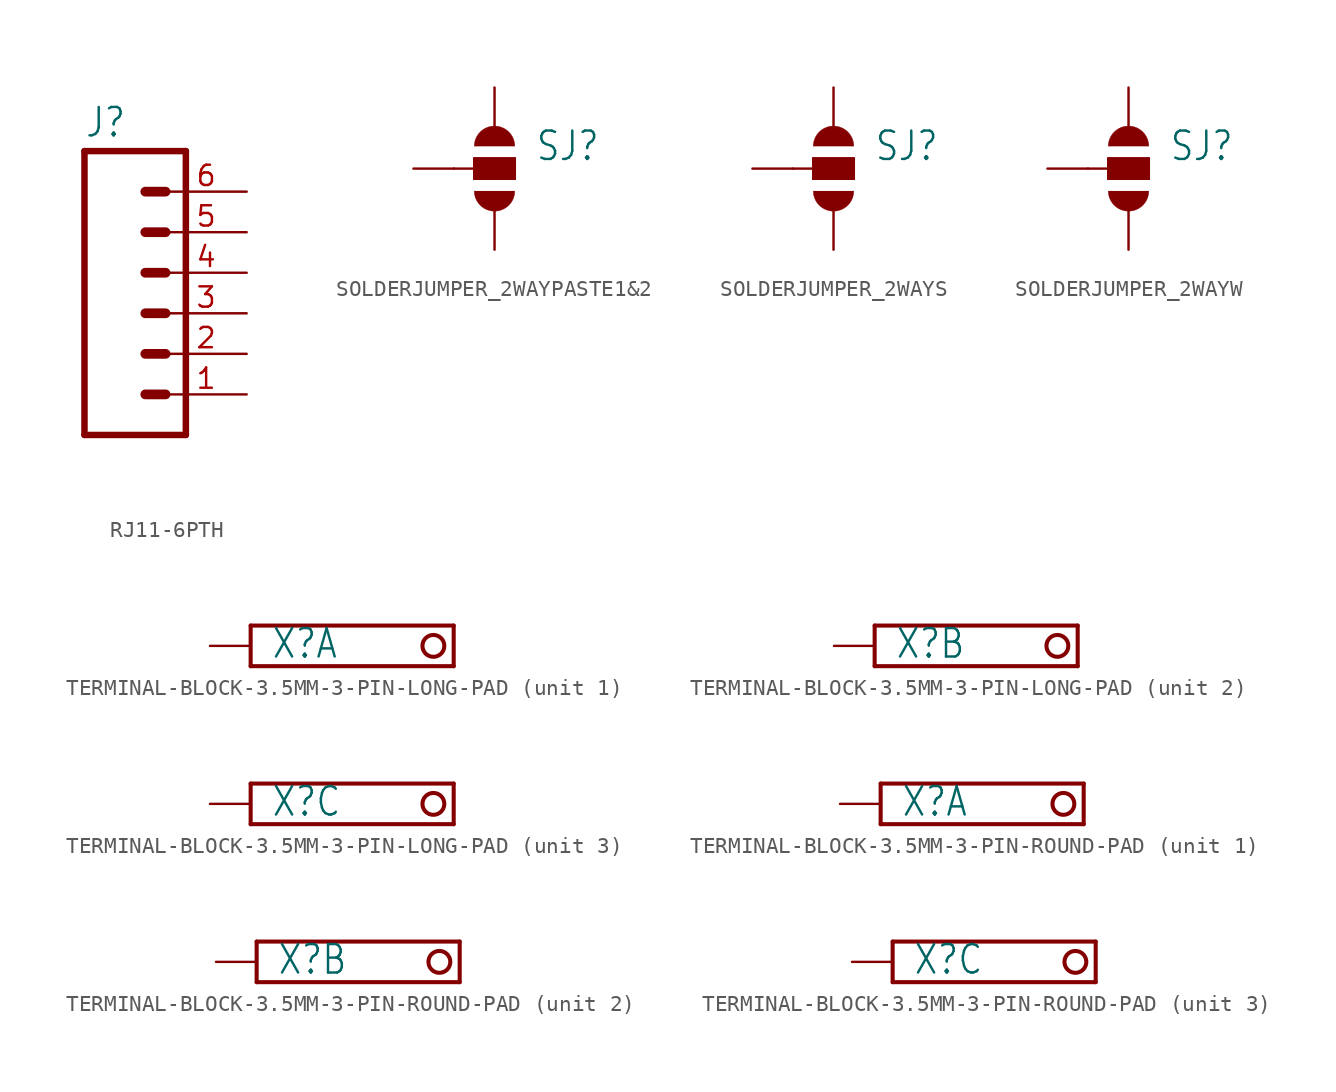
<source format=kicad_sym>
(kicad_symbol_lib
  (version 20231120)
  (generator "kicad_symbol_editor")
  (generator_version "8.0")
  (symbol "RJ11-6PTH"
    (property "Reference" "J"
      (at -5.08 10.922 0)
      (effects (font (size 1.778 1.511)) (justify left bottom)))
    (property "Value" ""
      (at -5.08 -10.16 0)
      (effects (font (size 1.778 1.511)) (justify left bottom)))
    (property "ki_locked" ""
      (at 0 0 0)
      (effects (font (size 1.27 1.27))))
    (symbol "RJ11-6PTH_1_0"
      (polyline (pts (xy -5.08 10.16) (xy -5.08 -7.62)) (stroke (width 0.406) (type solid)) (fill (type none)))
      (polyline (pts (xy -5.08 10.16) (xy 1.27 10.16)) (stroke (width 0.406) (type solid)) (fill (type none)))
      (polyline (pts (xy -1.27 -5.08) (xy 0 -5.08)) (stroke (width 0.61) (type solid)) (fill (type none)))
      (polyline (pts (xy -1.27 -2.54) (xy 0 -2.54)) (stroke (width 0.61) (type solid)) (fill (type none)))
      (polyline (pts (xy -1.27 0) (xy 0 0)) (stroke (width 0.61) (type solid)) (fill (type none)))
      (polyline (pts (xy -1.27 2.54) (xy 0 2.54)) (stroke (width 0.61) (type solid)) (fill (type none)))
      (polyline (pts (xy -1.27 5.08) (xy 0 5.08)) (stroke (width 0.61) (type solid)) (fill (type none)))
      (polyline (pts (xy -1.27 7.62) (xy 0 7.62)) (stroke (width 0.61) (type solid)) (fill (type none)))
      (polyline (pts (xy 1.27 -7.62) (xy -5.08 -7.62)) (stroke (width 0.406) (type solid)) (fill (type none)))
      (polyline (pts (xy 1.27 -7.62) (xy 1.27 10.16)) (stroke (width 0.406) (type solid)) (fill (type none)))
      (pin passive line (at 5.08 -5.08 180) (length 5.08) (name "1" (effects (font (size 0 0)))) (number "1" (effects (font (size 1.27 1.27)))))
      (pin passive line (at 5.08 -2.54 180) (length 5.08) (name "2" (effects (font (size 0 0)))) (number "2" (effects (font (size 1.27 1.27)))))
      (pin passive line (at 5.08 0 180) (length 5.08) (name "3" (effects (font (size 0 0)))) (number "3" (effects (font (size 1.27 1.27)))))
      (pin passive line (at 5.08 2.54 180) (length 5.08) (name "4" (effects (font (size 0 0)))) (number "4" (effects (font (size 1.27 1.27)))))
      (pin passive line (at 5.08 5.08 180) (length 5.08) (name "5" (effects (font (size 0 0)))) (number "5" (effects (font (size 1.27 1.27)))))
      (pin passive line (at 5.08 7.62 180) (length 5.08) (name "6" (effects (font (size 0 0)))) (number "6" (effects (font (size 1.27 1.27)))))))
  (symbol "SOLDERJUMPER_2WAYPASTE1&2"
    (property "Reference" "SJ"
      (at 2.54 0.381 0)
      (effects (font (size 1.778 1.511)) (justify left bottom)))
    (property "Value" ""
      (at 2.54 -1.905 0)
      (effects (font (size 1.778 1.511)) (justify left bottom)))
    (property "ki_locked" ""
      (at 0 0 0)
      (effects (font (size 1.27 1.27))))
    (symbol "SOLDERJUMPER_2WAYPASTE1&2_1_0"
      (arc (start -1.27 -1.397) (mid 0 -2.667) (end 1.27 -1.397) (stroke (width 0.0001) (type solid)) (fill (type outline)))
      (rectangle (start -1.27 -0.635) (end 1.27 0.635) (stroke (width 0) (type default)) (fill (type outline)))
      (polyline (pts (xy -2.54 0) (xy -1.27 0)) (stroke (width 0.152) (type solid)) (fill (type none)))
      (polyline (pts (xy -1.27 -0.635) (xy -1.27 0)) (stroke (width 0.152) (type solid)) (fill (type none)))
      (polyline (pts (xy -1.27 0) (xy -1.27 0.635)) (stroke (width 0.152) (type solid)) (fill (type none)))
      (polyline (pts (xy -1.27 0.635) (xy 1.27 0.635)) (stroke (width 0.152) (type solid)) (fill (type none)))
      (polyline (pts (xy 1.27 -0.635) (xy -1.27 -0.635)) (stroke (width 0.152) (type solid)) (fill (type none)))
      (polyline (pts (xy 1.27 0.635) (xy 1.27 -0.635)) (stroke (width 0.152) (type solid)) (fill (type none)))
      (arc (start 1.27 1.397) (mid 0 2.667) (end -1.27 1.397) (stroke (width 0.0001) (type solid)) (fill (type outline)))
      (pin passive line (at 0 5.08 270) (length 2.54) (name "1" (effects (font (size 0 0)))) (number "1" (effects (font (size 0 0)))))
      (pin passive line (at -5.08 0 0) (length 2.54) (name "2" (effects (font (size 0 0)))) (number "2" (effects (font (size 0 0)))))
      (pin passive line (at 0 -5.08 90) (length 2.54) (name "3" (effects (font (size 0 0)))) (number "3" (effects (font (size 0 0)))))))
  (symbol "SOLDERJUMPER_2WAYS"
    (property "Reference" "SJ"
      (at 2.54 0.381 0)
      (effects (font (size 1.778 1.511)) (justify left bottom)))
    (property "Value" ""
      (at 2.54 -1.905 0)
      (effects (font (size 1.778 1.511)) (justify left bottom)))
    (property "ki_locked" ""
      (at 0 0 0)
      (effects (font (size 1.27 1.27))))
    (symbol "SOLDERJUMPER_2WAYS_1_0"
      (arc (start -1.27 -1.397) (mid 0 -2.667) (end 1.27 -1.397) (stroke (width 0.0001) (type solid)) (fill (type outline)))
      (rectangle (start -1.27 -0.635) (end 1.27 0.635) (stroke (width 0) (type default)) (fill (type outline)))
      (polyline (pts (xy -2.54 0) (xy -1.27 0)) (stroke (width 0.152) (type solid)) (fill (type none)))
      (polyline (pts (xy -1.27 -0.635) (xy -1.27 0)) (stroke (width 0.152) (type solid)) (fill (type none)))
      (polyline (pts (xy -1.27 0) (xy -1.27 0.635)) (stroke (width 0.152) (type solid)) (fill (type none)))
      (polyline (pts (xy -1.27 0.635) (xy 1.27 0.635)) (stroke (width 0.152) (type solid)) (fill (type none)))
      (polyline (pts (xy 1.27 -0.635) (xy -1.27 -0.635)) (stroke (width 0.152) (type solid)) (fill (type none)))
      (polyline (pts (xy 1.27 0.635) (xy 1.27 -0.635)) (stroke (width 0.152) (type solid)) (fill (type none)))
      (arc (start 1.27 1.397) (mid 0 2.667) (end -1.27 1.397) (stroke (width 0.0001) (type solid)) (fill (type outline)))
      (pin passive line (at 0 5.08 270) (length 2.54) (name "1" (effects (font (size 0 0)))) (number "1" (effects (font (size 0 0)))))
      (pin passive line (at -5.08 0 0) (length 2.54) (name "2" (effects (font (size 0 0)))) (number "2" (effects (font (size 0 0)))))
      (pin passive line (at 0 -5.08 90) (length 2.54) (name "3" (effects (font (size 0 0)))) (number "3" (effects (font (size 0 0)))))))
  (symbol "SOLDERJUMPER_2WAYW"
    (property "Reference" "SJ"
      (at 2.54 0.381 0)
      (effects (font (size 1.778 1.511)) (justify left bottom)))
    (property "Value" ""
      (at 2.54 -1.905 0)
      (effects (font (size 1.778 1.511)) (justify left bottom)))
    (property "ki_locked" ""
      (at 0 0 0)
      (effects (font (size 1.27 1.27))))
    (symbol "SOLDERJUMPER_2WAYW_1_0"
      (arc (start -1.27 -1.397) (mid 0 -2.667) (end 1.27 -1.397) (stroke (width 0.0001) (type solid)) (fill (type outline)))
      (rectangle (start -1.27 -0.635) (end 1.27 0.635) (stroke (width 0) (type default)) (fill (type outline)))
      (polyline (pts (xy -2.54 0) (xy -1.27 0)) (stroke (width 0.152) (type solid)) (fill (type none)))
      (polyline (pts (xy -1.27 -0.635) (xy -1.27 0)) (stroke (width 0.152) (type solid)) (fill (type none)))
      (polyline (pts (xy -1.27 0) (xy -1.27 0.635)) (stroke (width 0.152) (type solid)) (fill (type none)))
      (polyline (pts (xy -1.27 0.635) (xy 1.27 0.635)) (stroke (width 0.152) (type solid)) (fill (type none)))
      (polyline (pts (xy 1.27 -0.635) (xy -1.27 -0.635)) (stroke (width 0.152) (type solid)) (fill (type none)))
      (polyline (pts (xy 1.27 0.635) (xy 1.27 -0.635)) (stroke (width 0.152) (type solid)) (fill (type none)))
      (arc (start 1.27 1.397) (mid 0 2.667) (end -1.27 1.397) (stroke (width 0.0001) (type solid)) (fill (type outline)))
      (pin passive line (at 0 5.08 270) (length 2.54) (name "1" (effects (font (size 0 0)))) (number "1" (effects (font (size 0 0)))))
      (pin passive line (at -5.08 0 0) (length 2.54) (name "2" (effects (font (size 0 0)))) (number "2" (effects (font (size 0 0)))))
      (pin passive line (at 0 -5.08 90) (length 2.54) (name "3" (effects (font (size 0 0)))) (number "3" (effects (font (size 0 0)))))))
  (symbol "TERMINAL-BLOCK-3.5MM-3-PIN-LONG-PAD"
    (property "Reference" "X"
      (at 1.27 -0.889 0)
      (effects (font (size 1.778 1.511)) (justify left bottom)))
    (property "Value" ""
      (at 13.97 -0.889 0)
      (effects (font (size 1.778 1.511)) (justify left bottom)))
    (property "ki_locked" ""
      (at 0 0 0)
      (effects (font (size 1.27 1.27))))
    (symbol "TERMINAL-BLOCK-3.5MM-3-PIN-LONG-PAD_1_0"
      (polyline (pts (xy 0 -1.27) (xy 0 1.27)) (stroke (width 0.254) (type solid)) (fill (type none)))
      (polyline (pts (xy 0 1.27) (xy 12.7 1.27)) (stroke (width 0.254) (type solid)) (fill (type none)))
      (polyline (pts (xy 12.7 -1.27) (xy 0 -1.27)) (stroke (width 0.254) (type solid)) (fill (type none)))
      (polyline (pts (xy 12.7 -1.27) (xy 12.7 1.27)) (stroke (width 0.254) (type solid)) (fill (type none)))
      (circle (center 11.43 0) (radius 0.684) (stroke (width 0.254) (type solid)) (fill (type none)))
      (pin passive line (at -2.54 0 0) (length 2.54) (name "K" (effects (font (size 0 0)))) (number "1" (effects (font (size 0 0))))))
    (symbol "TERMINAL-BLOCK-3.5MM-3-PIN-LONG-PAD_2_0"
      (polyline (pts (xy 0 -1.27) (xy 0 1.27)) (stroke (width 0.254) (type solid)) (fill (type none)))
      (polyline (pts (xy 0 1.27) (xy 12.7 1.27)) (stroke (width 0.254) (type solid)) (fill (type none)))
      (polyline (pts (xy 12.7 -1.27) (xy 0 -1.27)) (stroke (width 0.254) (type solid)) (fill (type none)))
      (polyline (pts (xy 12.7 -1.27) (xy 12.7 1.27)) (stroke (width 0.254) (type solid)) (fill (type none)))
      (circle (center 11.43 0) (radius 0.684) (stroke (width 0.254) (type solid)) (fill (type none)))
      (pin passive line (at -2.54 0 0) (length 2.54) (name "K" (effects (font (size 0 0)))) (number "2" (effects (font (size 0 0))))))
    (symbol "TERMINAL-BLOCK-3.5MM-3-PIN-LONG-PAD_3_0"
      (polyline (pts (xy 0 -1.27) (xy 0 1.27)) (stroke (width 0.254) (type solid)) (fill (type none)))
      (polyline (pts (xy 0 1.27) (xy 12.7 1.27)) (stroke (width 0.254) (type solid)) (fill (type none)))
      (polyline (pts (xy 12.7 -1.27) (xy 0 -1.27)) (stroke (width 0.254) (type solid)) (fill (type none)))
      (polyline (pts (xy 12.7 -1.27) (xy 12.7 1.27)) (stroke (width 0.254) (type solid)) (fill (type none)))
      (circle (center 11.43 0) (radius 0.684) (stroke (width 0.254) (type solid)) (fill (type none)))
      (pin passive line (at -2.54 0 0) (length 2.54) (name "K" (effects (font (size 0 0)))) (number "3" (effects (font (size 0 0)))))))
  (symbol "TERMINAL-BLOCK-3.5MM-3-PIN-ROUND-PAD"
    (property "Reference" "X"
      (at 1.27 -0.889 0)
      (effects (font (size 1.778 1.511)) (justify left bottom)))
    (property "Value" ""
      (at 13.97 -0.889 0)
      (effects (font (size 1.778 1.511)) (justify left bottom)))
    (property "ki_locked" ""
      (at 0 0 0)
      (effects (font (size 1.27 1.27))))
    (symbol "TERMINAL-BLOCK-3.5MM-3-PIN-ROUND-PAD_1_0"
      (polyline (pts (xy 0 -1.27) (xy 0 1.27)) (stroke (width 0.254) (type solid)) (fill (type none)))
      (polyline (pts (xy 0 1.27) (xy 12.7 1.27)) (stroke (width 0.254) (type solid)) (fill (type none)))
      (polyline (pts (xy 12.7 -1.27) (xy 0 -1.27)) (stroke (width 0.254) (type solid)) (fill (type none)))
      (polyline (pts (xy 12.7 -1.27) (xy 12.7 1.27)) (stroke (width 0.254) (type solid)) (fill (type none)))
      (circle (center 11.43 0) (radius 0.684) (stroke (width 0.254) (type solid)) (fill (type none)))
      (pin passive line (at -2.54 0 0) (length 2.54) (name "K" (effects (font (size 0 0)))) (number "1" (effects (font (size 0 0))))))
    (symbol "TERMINAL-BLOCK-3.5MM-3-PIN-ROUND-PAD_2_0"
      (polyline (pts (xy 0 -1.27) (xy 0 1.27)) (stroke (width 0.254) (type solid)) (fill (type none)))
      (polyline (pts (xy 0 1.27) (xy 12.7 1.27)) (stroke (width 0.254) (type solid)) (fill (type none)))
      (polyline (pts (xy 12.7 -1.27) (xy 0 -1.27)) (stroke (width 0.254) (type solid)) (fill (type none)))
      (polyline (pts (xy 12.7 -1.27) (xy 12.7 1.27)) (stroke (width 0.254) (type solid)) (fill (type none)))
      (circle (center 11.43 0) (radius 0.684) (stroke (width 0.254) (type solid)) (fill (type none)))
      (pin passive line (at -2.54 0 0) (length 2.54) (name "K" (effects (font (size 0 0)))) (number "2" (effects (font (size 0 0))))))
    (symbol "TERMINAL-BLOCK-3.5MM-3-PIN-ROUND-PAD_3_0"
      (polyline (pts (xy 0 -1.27) (xy 0 1.27)) (stroke (width 0.254) (type solid)) (fill (type none)))
      (polyline (pts (xy 0 1.27) (xy 12.7 1.27)) (stroke (width 0.254) (type solid)) (fill (type none)))
      (polyline (pts (xy 12.7 -1.27) (xy 0 -1.27)) (stroke (width 0.254) (type solid)) (fill (type none)))
      (polyline (pts (xy 12.7 -1.27) (xy 12.7 1.27)) (stroke (width 0.254) (type solid)) (fill (type none)))
      (circle (center 11.43 0) (radius 0.684) (stroke (width 0.254) (type solid)) (fill (type none)))
      (pin passive line (at -2.54 0 0) (length 2.54) (name "K" (effects (font (size 0 0)))) (number "3" (effects (font (size 0 0))))))))
</source>
